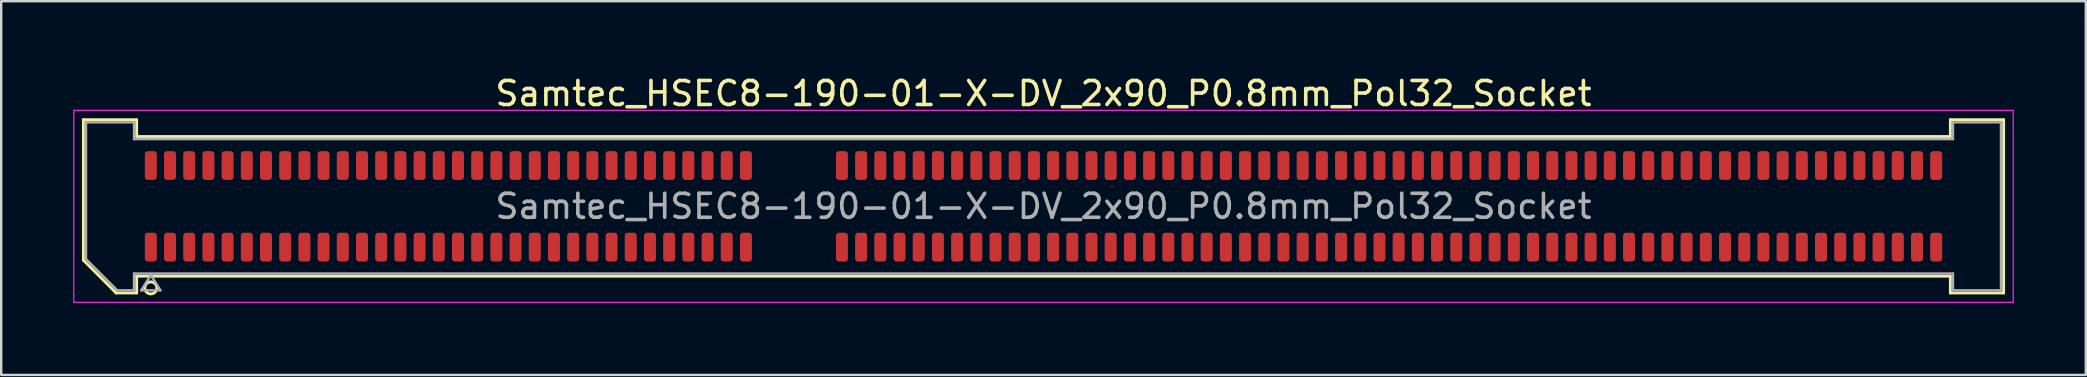
<source format=kicad_pcb>
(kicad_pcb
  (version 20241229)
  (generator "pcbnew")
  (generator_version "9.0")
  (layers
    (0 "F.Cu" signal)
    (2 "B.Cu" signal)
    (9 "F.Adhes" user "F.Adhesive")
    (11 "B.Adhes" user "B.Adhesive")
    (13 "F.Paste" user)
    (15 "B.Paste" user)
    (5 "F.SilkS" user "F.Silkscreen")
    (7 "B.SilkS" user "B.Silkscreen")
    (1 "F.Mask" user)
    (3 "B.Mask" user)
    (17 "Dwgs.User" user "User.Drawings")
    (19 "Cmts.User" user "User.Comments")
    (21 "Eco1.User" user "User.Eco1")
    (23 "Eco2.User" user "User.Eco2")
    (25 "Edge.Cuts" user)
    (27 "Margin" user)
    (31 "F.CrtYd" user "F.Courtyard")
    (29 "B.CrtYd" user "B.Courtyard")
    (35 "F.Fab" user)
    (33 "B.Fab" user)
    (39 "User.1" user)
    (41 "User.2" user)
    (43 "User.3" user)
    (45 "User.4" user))
  (footprint "Samtec_HSEC8-190-01-X-DV_2x90_P0.8mm_Pol32_Socket"
    (layer "F.Cu")
    (at 40.435 5.548)
    (property "Reference" "Samtec_HSEC8-190-01-X-DV_2x90_P0.8mm_Pol32_Socket" (at 0 -4.7 0) (layer "F.SilkS") (effects (font (size 1 1) (thickness 0.15))))
    (attr smd)
    (fp_line (start -40.01 -3.61) (end -37.79 -3.61) (stroke (width 0.12) (type solid)) (layer "F.SilkS"))
    (fp_line (start -40.01 2.246) (end -40.01 -3.61) (stroke (width 0.12) (type solid)) (layer "F.SilkS"))
    (fp_line (start -38.646 3.61) (end -40.01 2.246) (stroke (width 0.12) (type solid)) (layer "F.SilkS"))
    (fp_line (start -37.79 -3.61) (end -37.79 -2.91) (stroke (width 0.12) (type solid)) (layer "F.SilkS"))
    (fp_line (start -37.79 -2.91) (end 37.79 -2.91) (stroke (width 0.12) (type solid)) (layer "F.SilkS"))
    (fp_line (start -37.79 2.91) (end -37.79 3.61) (stroke (width 0.12) (type solid)) (layer "F.SilkS"))
    (fp_line (start -37.79 3.61) (end -38.646 3.61) (stroke (width 0.12) (type solid)) (layer "F.SilkS"))
    (fp_line (start 37.79 -3.61) (end 40.01 -3.61) (stroke (width 0.12) (type solid)) (layer "F.SilkS"))
    (fp_line (start 37.79 -2.91) (end 37.79 -3.61) (stroke (width 0.12) (type solid)) (layer "F.SilkS"))
    (fp_line (start 37.79 2.91) (end -37.79 2.91) (stroke (width 0.12) (type solid)) (layer "F.SilkS"))
    (fp_line (start 37.79 3.61) (end 37.79 2.91) (stroke (width 0.12) (type solid)) (layer "F.SilkS"))
    (fp_line (start 40.01 -3.61) (end 40.01 3.61) (stroke (width 0.12) (type solid)) (layer "F.SilkS"))
    (fp_line (start 40.01 3.61) (end 37.79 3.61) (stroke (width 0.12) (type solid)) (layer "F.SilkS"))
    (fp_circle (center -37.2 3.4) (end -36.95 3.4) (stroke (width 0.12) (type solid)) (fill no) (layer "F.SilkS"))
    (fp_line (start -40.41 -4) (end -40.41 4) (stroke (width 0.05) (type solid)) (layer "F.CrtYd"))
    (fp_line (start -40.41 4) (end 40.41 4) (stroke (width 0.05) (type solid)) (layer "F.CrtYd"))
    (fp_line (start 40.41 -4) (end -40.41 -4) (stroke (width 0.05) (type solid)) (layer "F.CrtYd"))
    (fp_line (start 40.41 4) (end 40.41 -4) (stroke (width 0.05) (type solid)) (layer "F.CrtYd"))
    (fp_line (start -39.9 -3.5) (end -37.9 -3.5) (stroke (width 0.1) (type solid)) (layer "F.Fab"))
    (fp_line (start -39.9 2.2) (end -39.9 -3.5) (stroke (width 0.1) (type solid)) (layer "F.Fab"))
    (fp_line (start -38.6 3.5) (end -39.9 2.2) (stroke (width 0.1) (type solid)) (layer "F.Fab"))
    (fp_line (start -37.9 -3.5) (end -37.9 -2.8) (stroke (width 0.1) (type solid)) (layer "F.Fab"))
    (fp_line (start -37.9 -2.8) (end 37.9 -2.8) (stroke (width 0.1) (type solid)) (layer "F.Fab"))
    (fp_line (start -37.9 2.8) (end -37.9 3.5) (stroke (width 0.1) (type solid)) (layer "F.Fab"))
    (fp_line (start -37.9 3.5) (end -38.6 3.5) (stroke (width 0.1) (type solid)) (layer "F.Fab"))
    (fp_line (start -37.6 3.5) (end -37.2 2.86) (stroke (width 0.1) (type solid)) (layer "F.Fab"))
    (fp_line (start -37.2 2.86) (end -36.8 3.5) (stroke (width 0.1) (type solid)) (layer "F.Fab"))
    (fp_line (start -36.8 3.5) (end -37.6 3.5) (stroke (width 0.1) (type solid)) (layer "F.Fab"))
    (fp_line (start 37.9 -3.5) (end 39.9 -3.5) (stroke (width 0.1) (type solid)) (layer "F.Fab"))
    (fp_line (start 37.9 -2.8) (end 37.9 -3.5) (stroke (width 0.1) (type solid)) (layer "F.Fab"))
    (fp_line (start 37.9 2.8) (end -37.9 2.8) (stroke (width 0.1) (type solid)) (layer "F.Fab"))
    (fp_line (start 37.9 3.5) (end 37.9 2.8) (stroke (width 0.1) (type solid)) (layer "F.Fab"))
    (fp_line (start 39.9 -3.5) (end 39.9 3.5) (stroke (width 0.1) (type solid)) (layer "F.Fab"))
    (fp_line (start 39.9 3.5) (end 37.9 3.5) (stroke (width 0.1) (type solid)) (layer "F.Fab"))
    (fp_text user "${REFERENCE}" (at 0 0 0) (layer "F.Fab") (effects (font (size 1 1) (thickness 0.15))))
    (pad "1" smd roundrect (at -37.2 1.7) (size 0.5 1.2) (layers "F.Cu" "F.Mask" "F.Paste") (roundrect_rratio 0.25))
    (pad "2" smd roundrect (at -37.2 -1.7) (size 0.5 1.2) (layers "F.Cu" "F.Mask" "F.Paste") (roundrect_rratio 0.25))
    (pad "3" smd roundrect (at -36.4 1.7) (size 0.5 1.2) (layers "F.Cu" "F.Mask" "F.Paste") (roundrect_rratio 0.25))
    (pad "4" smd roundrect (at -36.4 -1.7) (size 0.5 1.2) (layers "F.Cu" "F.Mask" "F.Paste") (roundrect_rratio 0.25))
    (pad "5" smd roundrect (at -35.6 1.7) (size 0.5 1.2) (layers "F.Cu" "F.Mask" "F.Paste") (roundrect_rratio 0.25))
    (pad "6" smd roundrect (at -35.6 -1.7) (size 0.5 1.2) (layers "F.Cu" "F.Mask" "F.Paste") (roundrect_rratio 0.25))
    (pad "7" smd roundrect (at -34.8 1.7) (size 0.5 1.2) (layers "F.Cu" "F.Mask" "F.Paste") (roundrect_rratio 0.25))
    (pad "8" smd roundrect (at -34.8 -1.7) (size 0.5 1.2) (layers "F.Cu" "F.Mask" "F.Paste") (roundrect_rratio 0.25))
    (pad "9" smd roundrect (at -34 1.7) (size 0.5 1.2) (layers "F.Cu" "F.Mask" "F.Paste") (roundrect_rratio 0.25))
    (pad "10" smd roundrect (at -34 -1.7) (size 0.5 1.2) (layers "F.Cu" "F.Mask" "F.Paste") (roundrect_rratio 0.25))
    (pad "11" smd roundrect (at -33.2 1.7) (size 0.5 1.2) (layers "F.Cu" "F.Mask" "F.Paste") (roundrect_rratio 0.25))
    (pad "12" smd roundrect (at -33.2 -1.7) (size 0.5 1.2) (layers "F.Cu" "F.Mask" "F.Paste") (roundrect_rratio 0.25))
    (pad "13" smd roundrect (at -32.4 1.7) (size 0.5 1.2) (layers "F.Cu" "F.Mask" "F.Paste") (roundrect_rratio 0.25))
    (pad "14" smd roundrect (at -32.4 -1.7) (size 0.5 1.2) (layers "F.Cu" "F.Mask" "F.Paste") (roundrect_rratio 0.25))
    (pad "15" smd roundrect (at -31.6 1.7) (size 0.5 1.2) (layers "F.Cu" "F.Mask" "F.Paste") (roundrect_rratio 0.25))
    (pad "16" smd roundrect (at -31.6 -1.7) (size 0.5 1.2) (layers "F.Cu" "F.Mask" "F.Paste") (roundrect_rratio 0.25))
    (pad "17" smd roundrect (at -30.8 1.7) (size 0.5 1.2) (layers "F.Cu" "F.Mask" "F.Paste") (roundrect_rratio 0.25))
    (pad "18" smd roundrect (at -30.8 -1.7) (size 0.5 1.2) (layers "F.Cu" "F.Mask" "F.Paste") (roundrect_rratio 0.25))
    (pad "19" smd roundrect (at -30 1.7) (size 0.5 1.2) (layers "F.Cu" "F.Mask" "F.Paste") (roundrect_rratio 0.25))
    (pad "20" smd roundrect (at -30 -1.7) (size 0.5 1.2) (layers "F.Cu" "F.Mask" "F.Paste") (roundrect_rratio 0.25))
    (pad "21" smd roundrect (at -29.2 1.7) (size 0.5 1.2) (layers "F.Cu" "F.Mask" "F.Paste") (roundrect_rratio 0.25))
    (pad "22" smd roundrect (at -29.2 -1.7) (size 0.5 1.2) (layers "F.Cu" "F.Mask" "F.Paste") (roundrect_rratio 0.25))
    (pad "23" smd roundrect (at -28.4 1.7) (size 0.5 1.2) (layers "F.Cu" "F.Mask" "F.Paste") (roundrect_rratio 0.25))
    (pad "24" smd roundrect (at -28.4 -1.7) (size 0.5 1.2) (layers "F.Cu" "F.Mask" "F.Paste") (roundrect_rratio 0.25))
    (pad "25" smd roundrect (at -27.6 1.7) (size 0.5 1.2) (layers "F.Cu" "F.Mask" "F.Paste") (roundrect_rratio 0.25))
    (pad "26" smd roundrect (at -27.6 -1.7) (size 0.5 1.2) (layers "F.Cu" "F.Mask" "F.Paste") (roundrect_rratio 0.25))
    (pad "27" smd roundrect (at -26.8 1.7) (size 0.5 1.2) (layers "F.Cu" "F.Mask" "F.Paste") (roundrect_rratio 0.25))
    (pad "28" smd roundrect (at -26.8 -1.7) (size 0.5 1.2) (layers "F.Cu" "F.Mask" "F.Paste") (roundrect_rratio 0.25))
    (pad "29" smd roundrect (at -26 1.7) (size 0.5 1.2) (layers "F.Cu" "F.Mask" "F.Paste") (roundrect_rratio 0.25))
    (pad "30" smd roundrect (at -26 -1.7) (size 0.5 1.2) (layers "F.Cu" "F.Mask" "F.Paste") (roundrect_rratio 0.25))
    (pad "31" smd roundrect (at -25.2 1.7) (size 0.5 1.2) (layers "F.Cu" "F.Mask" "F.Paste") (roundrect_rratio 0.25))
    (pad "32" smd roundrect (at -25.2 -1.7) (size 0.5 1.2) (layers "F.Cu" "F.Mask" "F.Paste") (roundrect_rratio 0.25))
    (pad "33" smd roundrect (at -24.4 1.7) (size 0.5 1.2) (layers "F.Cu" "F.Mask" "F.Paste") (roundrect_rratio 0.25))
    (pad "34" smd roundrect (at -24.4 -1.7) (size 0.5 1.2) (layers "F.Cu" "F.Mask" "F.Paste") (roundrect_rratio 0.25))
    (pad "35" smd roundrect (at -23.6 1.7) (size 0.5 1.2) (layers "F.Cu" "F.Mask" "F.Paste") (roundrect_rratio 0.25))
    (pad "36" smd roundrect (at -23.6 -1.7) (size 0.5 1.2) (layers "F.Cu" "F.Mask" "F.Paste") (roundrect_rratio 0.25))
    (pad "37" smd roundrect (at -22.8 1.7) (size 0.5 1.2) (layers "F.Cu" "F.Mask" "F.Paste") (roundrect_rratio 0.25))
    (pad "38" smd roundrect (at -22.8 -1.7) (size 0.5 1.2) (layers "F.Cu" "F.Mask" "F.Paste") (roundrect_rratio 0.25))
    (pad "39" smd roundrect (at -22 1.7) (size 0.5 1.2) (layers "F.Cu" "F.Mask" "F.Paste") (roundrect_rratio 0.25))
    (pad "40" smd roundrect (at -22 -1.7) (size 0.5 1.2) (layers "F.Cu" "F.Mask" "F.Paste") (roundrect_rratio 0.25))
    (pad "41" smd roundrect (at -21.2 1.7) (size 0.5 1.2) (layers "F.Cu" "F.Mask" "F.Paste") (roundrect_rratio 0.25))
    (pad "42" smd roundrect (at -21.2 -1.7) (size 0.5 1.2) (layers "F.Cu" "F.Mask" "F.Paste") (roundrect_rratio 0.25))
    (pad "43" smd roundrect (at -20.4 1.7) (size 0.5 1.2) (layers "F.Cu" "F.Mask" "F.Paste") (roundrect_rratio 0.25))
    (pad "44" smd roundrect (at -20.4 -1.7) (size 0.5 1.2) (layers "F.Cu" "F.Mask" "F.Paste") (roundrect_rratio 0.25))
    (pad "45" smd roundrect (at -19.6 1.7) (size 0.5 1.2) (layers "F.Cu" "F.Mask" "F.Paste") (roundrect_rratio 0.25))
    (pad "46" smd roundrect (at -19.6 -1.7) (size 0.5 1.2) (layers "F.Cu" "F.Mask" "F.Paste") (roundrect_rratio 0.25))
    (pad "47" smd roundrect (at -18.8 1.7) (size 0.5 1.2) (layers "F.Cu" "F.Mask" "F.Paste") (roundrect_rratio 0.25))
    (pad "48" smd roundrect (at -18.8 -1.7) (size 0.5 1.2) (layers "F.Cu" "F.Mask" "F.Paste") (roundrect_rratio 0.25))
    (pad "49" smd roundrect (at -18 1.7) (size 0.5 1.2) (layers "F.Cu" "F.Mask" "F.Paste") (roundrect_rratio 0.25))
    (pad "50" smd roundrect (at -18 -1.7) (size 0.5 1.2) (layers "F.Cu" "F.Mask" "F.Paste") (roundrect_rratio 0.25))
    (pad "51" smd roundrect (at -17.2 1.7) (size 0.5 1.2) (layers "F.Cu" "F.Mask" "F.Paste") (roundrect_rratio 0.25))
    (pad "52" smd roundrect (at -17.2 -1.7) (size 0.5 1.2) (layers "F.Cu" "F.Mask" "F.Paste") (roundrect_rratio 0.25))
    (pad "53" smd roundrect (at -16.4 1.7) (size 0.5 1.2) (layers "F.Cu" "F.Mask" "F.Paste") (roundrect_rratio 0.25))
    (pad "54" smd roundrect (at -16.4 -1.7) (size 0.5 1.2) (layers "F.Cu" "F.Mask" "F.Paste") (roundrect_rratio 0.25))
    (pad "55" smd roundrect (at -15.6 1.7) (size 0.5 1.2) (layers "F.Cu" "F.Mask" "F.Paste") (roundrect_rratio 0.25))
    (pad "56" smd roundrect (at -15.6 -1.7) (size 0.5 1.2) (layers "F.Cu" "F.Mask" "F.Paste") (roundrect_rratio 0.25))
    (pad "57" smd roundrect (at -14.8 1.7) (size 0.5 1.2) (layers "F.Cu" "F.Mask" "F.Paste") (roundrect_rratio 0.25))
    (pad "58" smd roundrect (at -14.8 -1.7) (size 0.5 1.2) (layers "F.Cu" "F.Mask" "F.Paste") (roundrect_rratio 0.25))
    (pad "59" smd roundrect (at -14 1.7) (size 0.5 1.2) (layers "F.Cu" "F.Mask" "F.Paste") (roundrect_rratio 0.25))
    (pad "60" smd roundrect (at -14 -1.7) (size 0.5 1.2) (layers "F.Cu" "F.Mask" "F.Paste") (roundrect_rratio 0.25))
    (pad "61" smd roundrect (at -13.2 1.7) (size 0.5 1.2) (layers "F.Cu" "F.Mask" "F.Paste") (roundrect_rratio 0.25))
    (pad "62" smd roundrect (at -13.2 -1.7) (size 0.5 1.2) (layers "F.Cu" "F.Mask" "F.Paste") (roundrect_rratio 0.25))
    (pad "63" smd roundrect (at -12.4 1.7) (size 0.5 1.2) (layers "F.Cu" "F.Mask" "F.Paste") (roundrect_rratio 0.25))
    (pad "64" smd roundrect (at -12.4 -1.7) (size 0.5 1.2) (layers "F.Cu" "F.Mask" "F.Paste") (roundrect_rratio 0.25))
    (pad "65" smd roundrect (at -8.4 1.7) (size 0.5 1.2) (layers "F.Cu" "F.Mask" "F.Paste") (roundrect_rratio 0.25))
    (pad "66" smd roundrect (at -8.4 -1.7) (size 0.5 1.2) (layers "F.Cu" "F.Mask" "F.Paste") (roundrect_rratio 0.25))
    (pad "67" smd roundrect (at -7.6 1.7) (size 0.5 1.2) (layers "F.Cu" "F.Mask" "F.Paste") (roundrect_rratio 0.25))
    (pad "68" smd roundrect (at -7.6 -1.7) (size 0.5 1.2) (layers "F.Cu" "F.Mask" "F.Paste") (roundrect_rratio 0.25))
    (pad "69" smd roundrect (at -6.8 1.7) (size 0.5 1.2) (layers "F.Cu" "F.Mask" "F.Paste") (roundrect_rratio 0.25))
    (pad "70" smd roundrect (at -6.8 -1.7) (size 0.5 1.2) (layers "F.Cu" "F.Mask" "F.Paste") (roundrect_rratio 0.25))
    (pad "71" smd roundrect (at -6 1.7) (size 0.5 1.2) (layers "F.Cu" "F.Mask" "F.Paste") (roundrect_rratio 0.25))
    (pad "72" smd roundrect (at -6 -1.7) (size 0.5 1.2) (layers "F.Cu" "F.Mask" "F.Paste") (roundrect_rratio 0.25))
    (pad "73" smd roundrect (at -5.2 1.7) (size 0.5 1.2) (layers "F.Cu" "F.Mask" "F.Paste") (roundrect_rratio 0.25))
    (pad "74" smd roundrect (at -5.2 -1.7) (size 0.5 1.2) (layers "F.Cu" "F.Mask" "F.Paste") (roundrect_rratio 0.25))
    (pad "75" smd roundrect (at -4.4 1.7) (size 0.5 1.2) (layers "F.Cu" "F.Mask" "F.Paste") (roundrect_rratio 0.25))
    (pad "76" smd roundrect (at -4.4 -1.7) (size 0.5 1.2) (layers "F.Cu" "F.Mask" "F.Paste") (roundrect_rratio 0.25))
    (pad "77" smd roundrect (at -3.6 1.7) (size 0.5 1.2) (layers "F.Cu" "F.Mask" "F.Paste") (roundrect_rratio 0.25))
    (pad "78" smd roundrect (at -3.6 -1.7) (size 0.5 1.2) (layers "F.Cu" "F.Mask" "F.Paste") (roundrect_rratio 0.25))
    (pad "79" smd roundrect (at -2.8 1.7) (size 0.5 1.2) (layers "F.Cu" "F.Mask" "F.Paste") (roundrect_rratio 0.25))
    (pad "80" smd roundrect (at -2.8 -1.7) (size 0.5 1.2) (layers "F.Cu" "F.Mask" "F.Paste") (roundrect_rratio 0.25))
    (pad "81" smd roundrect (at -2 1.7) (size 0.5 1.2) (layers "F.Cu" "F.Mask" "F.Paste") (roundrect_rratio 0.25))
    (pad "82" smd roundrect (at -2 -1.7) (size 0.5 1.2) (layers "F.Cu" "F.Mask" "F.Paste") (roundrect_rratio 0.25))
    (pad "83" smd roundrect (at -1.2 1.7) (size 0.5 1.2) (layers "F.Cu" "F.Mask" "F.Paste") (roundrect_rratio 0.25))
    (pad "84" smd roundrect (at -1.2 -1.7) (size 0.5 1.2) (layers "F.Cu" "F.Mask" "F.Paste") (roundrect_rratio 0.25))
    (pad "85" smd roundrect (at -0.4 1.7) (size 0.5 1.2) (layers "F.Cu" "F.Mask" "F.Paste") (roundrect_rratio 0.25))
    (pad "86" smd roundrect (at -0.4 -1.7) (size 0.5 1.2) (layers "F.Cu" "F.Mask" "F.Paste") (roundrect_rratio 0.25))
    (pad "87" smd roundrect (at 0.4 1.7) (size 0.5 1.2) (layers "F.Cu" "F.Mask" "F.Paste") (roundrect_rratio 0.25))
    (pad "88" smd roundrect (at 0.4 -1.7) (size 0.5 1.2) (layers "F.Cu" "F.Mask" "F.Paste") (roundrect_rratio 0.25))
    (pad "89" smd roundrect (at 1.2 1.7) (size 0.5 1.2) (layers "F.Cu" "F.Mask" "F.Paste") (roundrect_rratio 0.25))
    (pad "90" smd roundrect (at 1.2 -1.7) (size 0.5 1.2) (layers "F.Cu" "F.Mask" "F.Paste") (roundrect_rratio 0.25))
    (pad "91" smd roundrect (at 2 1.7) (size 0.5 1.2) (layers "F.Cu" "F.Mask" "F.Paste") (roundrect_rratio 0.25))
    (pad "92" smd roundrect (at 2 -1.7) (size 0.5 1.2) (layers "F.Cu" "F.Mask" "F.Paste") (roundrect_rratio 0.25))
    (pad "93" smd roundrect (at 2.8 1.7) (size 0.5 1.2) (layers "F.Cu" "F.Mask" "F.Paste") (roundrect_rratio 0.25))
    (pad "94" smd roundrect (at 2.8 -1.7) (size 0.5 1.2) (layers "F.Cu" "F.Mask" "F.Paste") (roundrect_rratio 0.25))
    (pad "95" smd roundrect (at 3.6 1.7) (size 0.5 1.2) (layers "F.Cu" "F.Mask" "F.Paste") (roundrect_rratio 0.25))
    (pad "96" smd roundrect (at 3.6 -1.7) (size 0.5 1.2) (layers "F.Cu" "F.Mask" "F.Paste") (roundrect_rratio 0.25))
    (pad "97" smd roundrect (at 4.4 1.7) (size 0.5 1.2) (layers "F.Cu" "F.Mask" "F.Paste") (roundrect_rratio 0.25))
    (pad "98" smd roundrect (at 4.4 -1.7) (size 0.5 1.2) (layers "F.Cu" "F.Mask" "F.Paste") (roundrect_rratio 0.25))
    (pad "99" smd roundrect (at 5.2 1.7) (size 0.5 1.2) (layers "F.Cu" "F.Mask" "F.Paste") (roundrect_rratio 0.25))
    (pad "100" smd roundrect (at 5.2 -1.7) (size 0.5 1.2) (layers "F.Cu" "F.Mask" "F.Paste") (roundrect_rratio 0.25))
    (pad "101" smd roundrect (at 6 1.7) (size 0.5 1.2) (layers "F.Cu" "F.Mask" "F.Paste") (roundrect_rratio 0.25))
    (pad "102" smd roundrect (at 6 -1.7) (size 0.5 1.2) (layers "F.Cu" "F.Mask" "F.Paste") (roundrect_rratio 0.25))
    (pad "103" smd roundrect (at 6.8 1.7) (size 0.5 1.2) (layers "F.Cu" "F.Mask" "F.Paste") (roundrect_rratio 0.25))
    (pad "104" smd roundrect (at 6.8 -1.7) (size 0.5 1.2) (layers "F.Cu" "F.Mask" "F.Paste") (roundrect_rratio 0.25))
    (pad "105" smd roundrect (at 7.6 1.7) (size 0.5 1.2) (layers "F.Cu" "F.Mask" "F.Paste") (roundrect_rratio 0.25))
    (pad "106" smd roundrect (at 7.6 -1.7) (size 0.5 1.2) (layers "F.Cu" "F.Mask" "F.Paste") (roundrect_rratio 0.25))
    (pad "107" smd roundrect (at 8.4 1.7) (size 0.5 1.2) (layers "F.Cu" "F.Mask" "F.Paste") (roundrect_rratio 0.25))
    (pad "108" smd roundrect (at 8.4 -1.7) (size 0.5 1.2) (layers "F.Cu" "F.Mask" "F.Paste") (roundrect_rratio 0.25))
    (pad "109" smd roundrect (at 9.2 1.7) (size 0.5 1.2) (layers "F.Cu" "F.Mask" "F.Paste") (roundrect_rratio 0.25))
    (pad "110" smd roundrect (at 9.2 -1.7) (size 0.5 1.2) (layers "F.Cu" "F.Mask" "F.Paste") (roundrect_rratio 0.25))
    (pad "111" smd roundrect (at 10 1.7) (size 0.5 1.2) (layers "F.Cu" "F.Mask" "F.Paste") (roundrect_rratio 0.25))
    (pad "112" smd roundrect (at 10 -1.7) (size 0.5 1.2) (layers "F.Cu" "F.Mask" "F.Paste") (roundrect_rratio 0.25))
    (pad "113" smd roundrect (at 10.8 1.7) (size 0.5 1.2) (layers "F.Cu" "F.Mask" "F.Paste") (roundrect_rratio 0.25))
    (pad "114" smd roundrect (at 10.8 -1.7) (size 0.5 1.2) (layers "F.Cu" "F.Mask" "F.Paste") (roundrect_rratio 0.25))
    (pad "115" smd roundrect (at 11.6 1.7) (size 0.5 1.2) (layers "F.Cu" "F.Mask" "F.Paste") (roundrect_rratio 0.25))
    (pad "116" smd roundrect (at 11.6 -1.7) (size 0.5 1.2) (layers "F.Cu" "F.Mask" "F.Paste") (roundrect_rratio 0.25))
    (pad "117" smd roundrect (at 12.4 1.7) (size 0.5 1.2) (layers "F.Cu" "F.Mask" "F.Paste") (roundrect_rratio 0.25))
    (pad "118" smd roundrect (at 12.4 -1.7) (size 0.5 1.2) (layers "F.Cu" "F.Mask" "F.Paste") (roundrect_rratio 0.25))
    (pad "119" smd roundrect (at 13.2 1.7) (size 0.5 1.2) (layers "F.Cu" "F.Mask" "F.Paste") (roundrect_rratio 0.25))
    (pad "120" smd roundrect (at 13.2 -1.7) (size 0.5 1.2) (layers "F.Cu" "F.Mask" "F.Paste") (roundrect_rratio 0.25))
    (pad "121" smd roundrect (at 14 1.7) (size 0.5 1.2) (layers "F.Cu" "F.Mask" "F.Paste") (roundrect_rratio 0.25))
    (pad "122" smd roundrect (at 14 -1.7) (size 0.5 1.2) (layers "F.Cu" "F.Mask" "F.Paste") (roundrect_rratio 0.25))
    (pad "123" smd roundrect (at 14.8 1.7) (size 0.5 1.2) (layers "F.Cu" "F.Mask" "F.Paste") (roundrect_rratio 0.25))
    (pad "124" smd roundrect (at 14.8 -1.7) (size 0.5 1.2) (layers "F.Cu" "F.Mask" "F.Paste") (roundrect_rratio 0.25))
    (pad "125" smd roundrect (at 15.6 1.7) (size 0.5 1.2) (layers "F.Cu" "F.Mask" "F.Paste") (roundrect_rratio 0.25))
    (pad "126" smd roundrect (at 15.6 -1.7) (size 0.5 1.2) (layers "F.Cu" "F.Mask" "F.Paste") (roundrect_rratio 0.25))
    (pad "127" smd roundrect (at 16.4 1.7) (size 0.5 1.2) (layers "F.Cu" "F.Mask" "F.Paste") (roundrect_rratio 0.25))
    (pad "128" smd roundrect (at 16.4 -1.7) (size 0.5 1.2) (layers "F.Cu" "F.Mask" "F.Paste") (roundrect_rratio 0.25))
    (pad "129" smd roundrect (at 17.2 1.7) (size 0.5 1.2) (layers "F.Cu" "F.Mask" "F.Paste") (roundrect_rratio 0.25))
    (pad "130" smd roundrect (at 17.2 -1.7) (size 0.5 1.2) (layers "F.Cu" "F.Mask" "F.Paste") (roundrect_rratio 0.25))
    (pad "131" smd roundrect (at 18 1.7) (size 0.5 1.2) (layers "F.Cu" "F.Mask" "F.Paste") (roundrect_rratio 0.25))
    (pad "132" smd roundrect (at 18 -1.7) (size 0.5 1.2) (layers "F.Cu" "F.Mask" "F.Paste") (roundrect_rratio 0.25))
    (pad "133" smd roundrect (at 18.8 1.7) (size 0.5 1.2) (layers "F.Cu" "F.Mask" "F.Paste") (roundrect_rratio 0.25))
    (pad "134" smd roundrect (at 18.8 -1.7) (size 0.5 1.2) (layers "F.Cu" "F.Mask" "F.Paste") (roundrect_rratio 0.25))
    (pad "135" smd roundrect (at 19.6 1.7) (size 0.5 1.2) (layers "F.Cu" "F.Mask" "F.Paste") (roundrect_rratio 0.25))
    (pad "136" smd roundrect (at 19.6 -1.7) (size 0.5 1.2) (layers "F.Cu" "F.Mask" "F.Paste") (roundrect_rratio 0.25))
    (pad "137" smd roundrect (at 20.4 1.7) (size 0.5 1.2) (layers "F.Cu" "F.Mask" "F.Paste") (roundrect_rratio 0.25))
    (pad "138" smd roundrect (at 20.4 -1.7) (size 0.5 1.2) (layers "F.Cu" "F.Mask" "F.Paste") (roundrect_rratio 0.25))
    (pad "139" smd roundrect (at 21.2 1.7) (size 0.5 1.2) (layers "F.Cu" "F.Mask" "F.Paste") (roundrect_rratio 0.25))
    (pad "140" smd roundrect (at 21.2 -1.7) (size 0.5 1.2) (layers "F.Cu" "F.Mask" "F.Paste") (roundrect_rratio 0.25))
    (pad "141" smd roundrect (at 22 1.7) (size 0.5 1.2) (layers "F.Cu" "F.Mask" "F.Paste") (roundrect_rratio 0.25))
    (pad "142" smd roundrect (at 22 -1.7) (size 0.5 1.2) (layers "F.Cu" "F.Mask" "F.Paste") (roundrect_rratio 0.25))
    (pad "143" smd roundrect (at 22.8 1.7) (size 0.5 1.2) (layers "F.Cu" "F.Mask" "F.Paste") (roundrect_rratio 0.25))
    (pad "144" smd roundrect (at 22.8 -1.7) (size 0.5 1.2) (layers "F.Cu" "F.Mask" "F.Paste") (roundrect_rratio 0.25))
    (pad "145" smd roundrect (at 23.6 1.7) (size 0.5 1.2) (layers "F.Cu" "F.Mask" "F.Paste") (roundrect_rratio 0.25))
    (pad "146" smd roundrect (at 23.6 -1.7) (size 0.5 1.2) (layers "F.Cu" "F.Mask" "F.Paste") (roundrect_rratio 0.25))
    (pad "147" smd roundrect (at 24.4 1.7) (size 0.5 1.2) (layers "F.Cu" "F.Mask" "F.Paste") (roundrect_rratio 0.25))
    (pad "148" smd roundrect (at 24.4 -1.7) (size 0.5 1.2) (layers "F.Cu" "F.Mask" "F.Paste") (roundrect_rratio 0.25))
    (pad "149" smd roundrect (at 25.2 1.7) (size 0.5 1.2) (layers "F.Cu" "F.Mask" "F.Paste") (roundrect_rratio 0.25))
    (pad "150" smd roundrect (at 25.2 -1.7) (size 0.5 1.2) (layers "F.Cu" "F.Mask" "F.Paste") (roundrect_rratio 0.25))
    (pad "151" smd roundrect (at 26 1.7) (size 0.5 1.2) (layers "F.Cu" "F.Mask" "F.Paste") (roundrect_rratio 0.25))
    (pad "152" smd roundrect (at 26 -1.7) (size 0.5 1.2) (layers "F.Cu" "F.Mask" "F.Paste") (roundrect_rratio 0.25))
    (pad "153" smd roundrect (at 26.8 1.7) (size 0.5 1.2) (layers "F.Cu" "F.Mask" "F.Paste") (roundrect_rratio 0.25))
    (pad "154" smd roundrect (at 26.8 -1.7) (size 0.5 1.2) (layers "F.Cu" "F.Mask" "F.Paste") (roundrect_rratio 0.25))
    (pad "155" smd roundrect (at 27.6 1.7) (size 0.5 1.2) (layers "F.Cu" "F.Mask" "F.Paste") (roundrect_rratio 0.25))
    (pad "156" smd roundrect (at 27.6 -1.7) (size 0.5 1.2) (layers "F.Cu" "F.Mask" "F.Paste") (roundrect_rratio 0.25))
    (pad "157" smd roundrect (at 28.4 1.7) (size 0.5 1.2) (layers "F.Cu" "F.Mask" "F.Paste") (roundrect_rratio 0.25))
    (pad "158" smd roundrect (at 28.4 -1.7) (size 0.5 1.2) (layers "F.Cu" "F.Mask" "F.Paste") (roundrect_rratio 0.25))
    (pad "159" smd roundrect (at 29.2 1.7) (size 0.5 1.2) (layers "F.Cu" "F.Mask" "F.Paste") (roundrect_rratio 0.25))
    (pad "160" smd roundrect (at 29.2 -1.7) (size 0.5 1.2) (layers "F.Cu" "F.Mask" "F.Paste") (roundrect_rratio 0.25))
    (pad "161" smd roundrect (at 30 1.7) (size 0.5 1.2) (layers "F.Cu" "F.Mask" "F.Paste") (roundrect_rratio 0.25))
    (pad "162" smd roundrect (at 30 -1.7) (size 0.5 1.2) (layers "F.Cu" "F.Mask" "F.Paste") (roundrect_rratio 0.25))
    (pad "163" smd roundrect (at 30.8 1.7) (size 0.5 1.2) (layers "F.Cu" "F.Mask" "F.Paste") (roundrect_rratio 0.25))
    (pad "164" smd roundrect (at 30.8 -1.7) (size 0.5 1.2) (layers "F.Cu" "F.Mask" "F.Paste") (roundrect_rratio 0.25))
    (pad "165" smd roundrect (at 31.6 1.7) (size 0.5 1.2) (layers "F.Cu" "F.Mask" "F.Paste") (roundrect_rratio 0.25))
    (pad "166" smd roundrect (at 31.6 -1.7) (size 0.5 1.2) (layers "F.Cu" "F.Mask" "F.Paste") (roundrect_rratio 0.25))
    (pad "167" smd roundrect (at 32.4 1.7) (size 0.5 1.2) (layers "F.Cu" "F.Mask" "F.Paste") (roundrect_rratio 0.25))
    (pad "168" smd roundrect (at 32.4 -1.7) (size 0.5 1.2) (layers "F.Cu" "F.Mask" "F.Paste") (roundrect_rratio 0.25))
    (pad "169" smd roundrect (at 33.2 1.7) (size 0.5 1.2) (layers "F.Cu" "F.Mask" "F.Paste") (roundrect_rratio 0.25))
    (pad "170" smd roundrect (at 33.2 -1.7) (size 0.5 1.2) (layers "F.Cu" "F.Mask" "F.Paste") (roundrect_rratio 0.25))
    (pad "171" smd roundrect (at 34 1.7) (size 0.5 1.2) (layers "F.Cu" "F.Mask" "F.Paste") (roundrect_rratio 0.25))
    (pad "172" smd roundrect (at 34 -1.7) (size 0.5 1.2) (layers "F.Cu" "F.Mask" "F.Paste") (roundrect_rratio 0.25))
    (pad "173" smd roundrect (at 34.8 1.7) (size 0.5 1.2) (layers "F.Cu" "F.Mask" "F.Paste") (roundrect_rratio 0.25))
    (pad "174" smd roundrect (at 34.8 -1.7) (size 0.5 1.2) (layers "F.Cu" "F.Mask" "F.Paste") (roundrect_rratio 0.25))
    (pad "175" smd roundrect (at 35.6 1.7) (size 0.5 1.2) (layers "F.Cu" "F.Mask" "F.Paste") (roundrect_rratio 0.25))
    (pad "176" smd roundrect (at 35.6 -1.7) (size 0.5 1.2) (layers "F.Cu" "F.Mask" "F.Paste") (roundrect_rratio 0.25))
    (pad "177" smd roundrect (at 36.4 1.7) (size 0.5 1.2) (layers "F.Cu" "F.Mask" "F.Paste") (roundrect_rratio 0.25))
    (pad "178" smd roundrect (at 36.4 -1.7) (size 0.5 1.2) (layers "F.Cu" "F.Mask" "F.Paste") (roundrect_rratio 0.25))
    (pad "179" smd roundrect (at 37.2 1.7) (size 0.5 1.2) (layers "F.Cu" "F.Mask" "F.Paste") (roundrect_rratio 0.25))
    (pad "180" smd roundrect (at 37.2 -1.7) (size 0.5 1.2) (layers "F.Cu" "F.Mask" "F.Paste") (roundrect_rratio 0.25)))
  (gr_rect
    (start -3 -3)
    (end 83.87 12.573)
    (stroke (width 0.1) (type default))
    (fill no)
    (layer "Edge.Cuts")))
</source>
